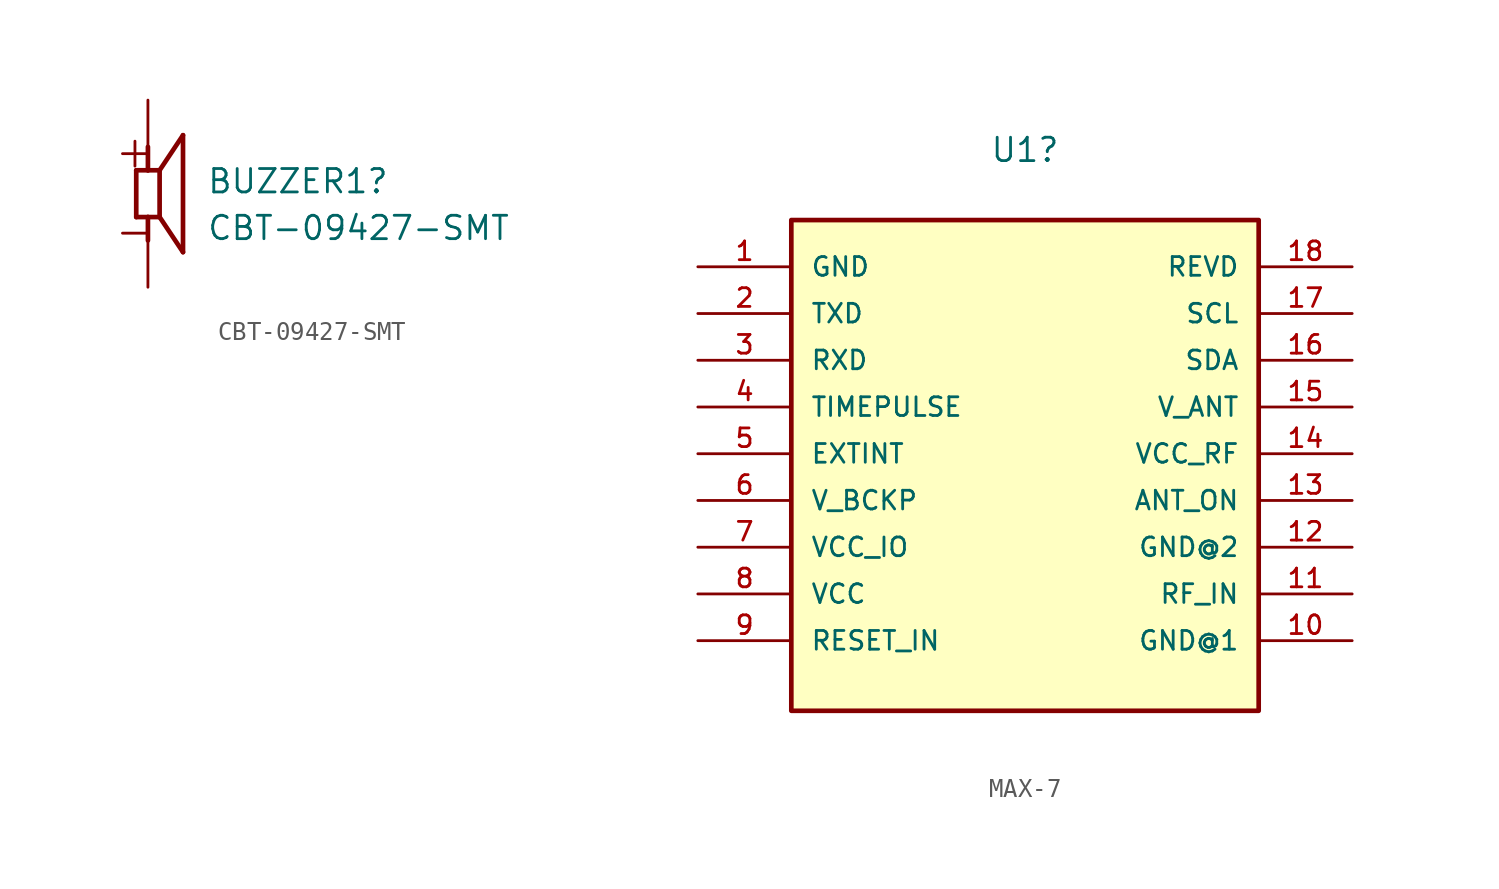
<source format=kicad_sym>
(kicad_symbol_lib
  (version 20230620)
  (generator kicad_symbol_editor)
  (symbol "CBT-09427-SMT"
    (pin_numbers hide)
    (pin_names
      (offset 1.016) hide)
    (property "Reference" "BUZZER1"
      (at 3.175 0.675 0)
      (effects (font (size 1.27 1.27)) (justify left)))
    (property "Value" "CBT-09427-SMT"
      (at 3.175 -1.865 0)
      (effects (font (size 1.27 1.27)) (justify left)))
    (property "ki_locked" ""
      (at 0 0 0)
      (effects (font (size 1.27 1.27))))
    (symbol "CBT-09427-SMT_0_0"
      (polyline (pts (xy -0.635 -1.27) (xy -0.635 1.27)) (stroke (width 0.254) (type solid)) (fill (type none)))
      (polyline (pts (xy -0.635 1.27) (xy 0 1.27)) (stroke (width 0.254) (type solid)) (fill (type none)))
      (polyline (pts (xy 0 -1.27) (xy -0.635 -1.27)) (stroke (width 0.254) (type solid)) (fill (type none)))
      (polyline (pts (xy 0 -1.27) (xy 0 -2.54)) (stroke (width 0.254) (type solid)) (fill (type none)))
      (polyline (pts (xy 0 1.27) (xy 0 2.54)) (stroke (width 0.254) (type solid)) (fill (type none)))
      (polyline (pts (xy 0 1.27) (xy 0.635 1.27)) (stroke (width 0.254) (type solid)) (fill (type none)))
      (polyline (pts (xy 0.635 -1.27) (xy 0 -1.27)) (stroke (width 0.254) (type solid)) (fill (type none)))
      (polyline (pts (xy 0.635 1.27) (xy 0.635 -1.27)) (stroke (width 0.254) (type solid)) (fill (type none)))
      (polyline (pts (xy 0.635 1.27) (xy 1.905 3.175)) (stroke (width 0.254) (type solid)) (fill (type none)))
      (polyline (pts (xy 1.905 -3.175) (xy 0.635 -1.27)) (stroke (width 0.254) (type solid)) (fill (type none)))
      (polyline (pts (xy 1.905 3.175) (xy 1.905 -3.175)) (stroke (width 0.254) (type solid)) (fill (type none)))
      (text "+" (at -1.905 1.27 0) (effects (font (size 1.778 1.778)) (justify left bottom)))
      (text "-" (at -1.905 -3.048 0) (effects (font (size 1.778 1.778)) (justify left bottom)))
      (pin passive line (at 0 -5.08 90) (length 2.54) (name "~" (effects (font (size 1.016 1.016)))) (number "M" (effects (font (size 1.016 1.016)))))
      (pin passive line (at 0 5.08 270) (length 2.54) (name "~" (effects (font (size 1.016 1.016)))) (number "P" (effects (font (size 1.016 1.016)))))))
  (symbol "MAX-7"
    (pin_names
      (offset 1.016))
    (property "Reference" "U1"
      (at 0 16.51 0)
      (effects (font (size 1.27 1.27))))
    (property "ki_locked" ""
      (at 0 0 0)
      (effects (font (size 1.27 1.27))))
    (symbol "MAX-7_0_0"
      (rectangle (start -12.7 -13.97) (end 12.7 12.7) (stroke (width 0.254) (type default)) (fill (type background)))
      (pin bidirectional line (at -17.78 10.16 0) (length 5.08) (name "GND" (effects (font (size 1.016 1.016)))) (number "1" (effects (font (size 1.016 1.016)))))
      (pin bidirectional line (at 17.78 -10.16 180) (length 5.08) (name "GND@1" (effects (font (size 1.016 1.016)))) (number "10" (effects (font (size 1.016 1.016)))))
      (pin bidirectional line (at 17.78 -7.62 180) (length 5.08) (name "RF_IN" (effects (font (size 1.016 1.016)))) (number "11" (effects (font (size 1.016 1.016)))))
      (pin bidirectional line (at 17.78 -5.08 180) (length 5.08) (name "GND@2" (effects (font (size 1.016 1.016)))) (number "12" (effects (font (size 1.016 1.016)))))
      (pin bidirectional line (at 17.78 -2.54 180) (length 5.08) (name "ANT_ON" (effects (font (size 1.016 1.016)))) (number "13" (effects (font (size 1.016 1.016)))))
      (pin bidirectional line (at 17.78 0 180) (length 5.08) (name "VCC_RF" (effects (font (size 1.016 1.016)))) (number "14" (effects (font (size 1.016 1.016)))))
      (pin bidirectional line (at 17.78 2.54 180) (length 5.08) (name "V_ANT" (effects (font (size 1.016 1.016)))) (number "15" (effects (font (size 1.016 1.016)))))
      (pin bidirectional line (at 17.78 5.08 180) (length 5.08) (name "SDA" (effects (font (size 1.016 1.016)))) (number "16" (effects (font (size 1.016 1.016)))))
      (pin bidirectional line (at 17.78 7.62 180) (length 5.08) (name "SCL" (effects (font (size 1.016 1.016)))) (number "17" (effects (font (size 1.016 1.016)))))
      (pin bidirectional line (at 17.78 10.16 180) (length 5.08) (name "REVD" (effects (font (size 1.016 1.016)))) (number "18" (effects (font (size 1.016 1.016)))))
      (pin bidirectional line (at -17.78 7.62 0) (length 5.08) (name "TXD" (effects (font (size 1.016 1.016)))) (number "2" (effects (font (size 1.016 1.016)))))
      (pin bidirectional line (at -17.78 5.08 0) (length 5.08) (name "RXD" (effects (font (size 1.016 1.016)))) (number "3" (effects (font (size 1.016 1.016)))))
      (pin bidirectional line (at -17.78 2.54 0) (length 5.08) (name "TIMEPULSE" (effects (font (size 1.016 1.016)))) (number "4" (effects (font (size 1.016 1.016)))))
      (pin bidirectional line (at -17.78 0 0) (length 5.08) (name "EXTINT" (effects (font (size 1.016 1.016)))) (number "5" (effects (font (size 1.016 1.016)))))
      (pin bidirectional line (at -17.78 -2.54 0) (length 5.08) (name "V_BCKP" (effects (font (size 1.016 1.016)))) (number "6" (effects (font (size 1.016 1.016)))))
      (pin bidirectional line (at -17.78 -5.08 0) (length 5.08) (name "VCC_IO" (effects (font (size 1.016 1.016)))) (number "7" (effects (font (size 1.016 1.016)))))
      (pin bidirectional line (at -17.78 -7.62 0) (length 5.08) (name "VCC" (effects (font (size 1.016 1.016)))) (number "8" (effects (font (size 1.016 1.016)))))
      (pin bidirectional line (at -17.78 -10.16 0) (length 5.08) (name "RESET_IN" (effects (font (size 1.016 1.016)))) (number "9" (effects (font (size 1.016 1.016))))))))
</source>
